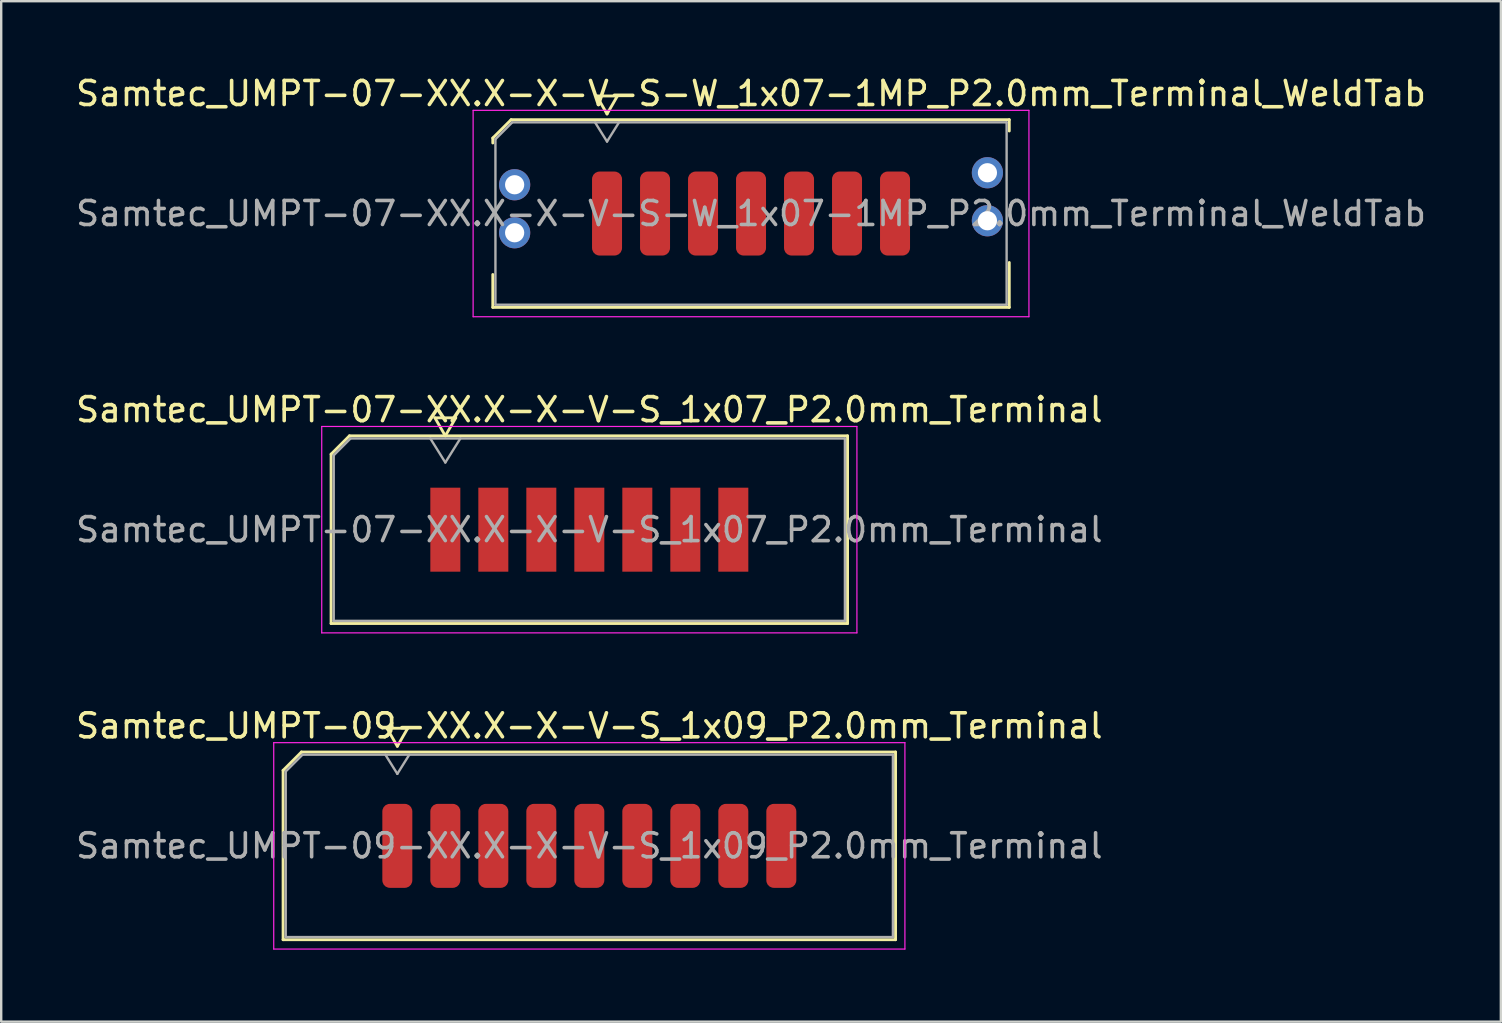
<source format=kicad_pcb>
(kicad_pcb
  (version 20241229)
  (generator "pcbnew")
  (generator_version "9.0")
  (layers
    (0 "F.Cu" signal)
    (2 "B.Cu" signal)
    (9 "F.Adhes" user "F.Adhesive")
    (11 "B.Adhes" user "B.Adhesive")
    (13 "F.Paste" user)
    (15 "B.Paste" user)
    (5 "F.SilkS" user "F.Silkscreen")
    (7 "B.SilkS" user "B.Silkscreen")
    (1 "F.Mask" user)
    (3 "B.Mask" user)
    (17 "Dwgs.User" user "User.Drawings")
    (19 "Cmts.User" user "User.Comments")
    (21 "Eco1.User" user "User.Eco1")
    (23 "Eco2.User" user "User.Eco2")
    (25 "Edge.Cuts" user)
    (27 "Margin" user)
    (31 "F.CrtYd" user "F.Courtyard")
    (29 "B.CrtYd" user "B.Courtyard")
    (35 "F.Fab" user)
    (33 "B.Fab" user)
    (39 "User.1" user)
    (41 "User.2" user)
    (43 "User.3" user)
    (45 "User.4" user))
  (footprint "Samtec_UMPT-07-XX.X-X-V-S-W_1x07-1MP_P2.0mm_Terminal_WeldTab"
    (layer "F.Cu")
    (at 28.244 5.848)
    (property "Reference" "Samtec_UMPT-07-XX.X-X-V-S-W_1x07-1MP_P2.0mm_Terminal_WeldTab" (at 0 -5 0) (layer "F.SilkS") (effects (font (size 1 1) (thickness 0.15))))
    (attr smd)
    (fp_line (start -10.76 -3.146) (end -9.996 -3.91) (stroke (width 0.12) (type solid)) (layer "F.SilkS"))
    (fp_line (start -10.76 -2.94) (end -10.76 -3.146) (stroke (width 0.12) (type solid)) (layer "F.SilkS"))
    (fp_line (start -10.76 3.91) (end -10.76 2.54) (stroke (width 0.12) (type solid)) (layer "F.SilkS"))
    (fp_line (start -9.996 -3.91) (end 10.76 -3.91) (stroke (width 0.12) (type solid)) (layer "F.SilkS"))
    (fp_line (start -6.433 -4.9) (end -6 -4.15) (stroke (width 0.12) (type solid)) (layer "F.SilkS"))
    (fp_line (start -6 -4.15) (end -5.567 -4.9) (stroke (width 0.12) (type solid)) (layer "F.SilkS"))
    (fp_line (start -5.567 -4.9) (end -6.433 -4.9) (stroke (width 0.12) (type solid)) (layer "F.SilkS"))
    (fp_line (start 10.76 -3.91) (end 10.76 -3.44) (stroke (width 0.12) (type solid)) (layer "F.SilkS"))
    (fp_line (start 10.76 2.04) (end 10.76 3.91) (stroke (width 0.12) (type solid)) (layer "F.SilkS"))
    (fp_line (start 10.76 3.91) (end -10.76 3.91) (stroke (width 0.12) (type solid)) (layer "F.SilkS"))
    (fp_line (start -11.58 -4.3) (end -11.58 4.3) (stroke (width 0.05) (type solid)) (layer "F.CrtYd"))
    (fp_line (start -11.58 4.3) (end 11.58 4.3) (stroke (width 0.05) (type solid)) (layer "F.CrtYd"))
    (fp_line (start 11.58 -4.3) (end -11.58 -4.3) (stroke (width 0.05) (type solid)) (layer "F.CrtYd"))
    (fp_line (start 11.58 4.3) (end 11.58 -4.3) (stroke (width 0.05) (type solid)) (layer "F.CrtYd"))
    (fp_line (start -10.65 -3.1) (end -9.95 -3.8) (stroke (width 0.1) (type solid)) (layer "F.Fab"))
    (fp_line (start -10.65 3.8) (end -10.65 -3.1) (stroke (width 0.1) (type solid)) (layer "F.Fab"))
    (fp_line (start -9.95 -3.8) (end 10.65 -3.8) (stroke (width 0.1) (type solid)) (layer "F.Fab"))
    (fp_line (start -6.5 -3.8) (end -6 -3) (stroke (width 0.1) (type solid)) (layer "F.Fab"))
    (fp_line (start -6 -3) (end -5.5 -3.8) (stroke (width 0.1) (type solid)) (layer "F.Fab"))
    (fp_line (start 10.65 -3.8) (end 10.65 3.8) (stroke (width 0.1) (type solid)) (layer "F.Fab"))
    (fp_line (start 10.65 3.8) (end -10.65 3.8) (stroke (width 0.1) (type solid)) (layer "F.Fab"))
    (fp_text user "${REFERENCE}" (at 0 0 0) (layer "F.Fab") (effects (font (size 1 1) (thickness 0.15))))
    (pad "" smd rect (at -9.85 -1.54) (size 2.45 2.28) (layers "F.Paste"))
    (pad "" smd rect (at -9.85 1.14) (size 2.45 2.28) (layers "F.Paste"))
    (pad "" smd rect (at 9.85 -2.04) (size 2.45 2.28) (layers "F.Paste"))
    (pad "" smd rect (at 9.85 0.64) (size 2.45 2.28) (layers "F.Paste"))
    (pad "1" smd roundrect (at -6 0) (size 1.25 3.5) (layers "F.Cu" "F.Mask" "F.Paste") (roundrect_rratio 0.25))
    (pad "2" smd roundrect (at -4 0) (size 1.25 3.5) (layers "F.Cu" "F.Mask" "F.Paste") (roundrect_rratio 0.25))
    (pad "3" smd roundrect (at -2 0) (size 1.25 3.5) (layers "F.Cu" "F.Mask" "F.Paste") (roundrect_rratio 0.25))
    (pad "4" smd roundrect (at 0 0) (size 1.25 3.5) (layers "F.Cu" "F.Mask" "F.Paste") (roundrect_rratio 0.25))
    (pad "5" smd roundrect (at 2 0) (size 1.25 3.5) (layers "F.Cu" "F.Mask" "F.Paste") (roundrect_rratio 0.25))
    (pad "6" smd roundrect (at 4 0) (size 1.25 3.5) (layers "F.Cu" "F.Mask" "F.Paste") (roundrect_rratio 0.25))
    (pad "7" smd roundrect (at 6 0) (size 1.25 3.5) (layers "F.Cu" "F.Mask" "F.Paste") (roundrect_rratio 0.25))
    (pad "MP" thru_hole circle (at -9.85 -1.2) (size 1.3 1.3) (drill 0.8) (layers "*.Cu" "*.Mask"))
    (pad "MP" thru_hole circle (at -9.85 0.8) (size 1.3 1.3) (drill 0.8) (layers "*.Cu" "*.Mask"))
    (pad "MP" thru_hole circle (at 9.85 -1.7) (size 1.3 1.3) (drill 0.8) (layers "*.Cu" "*.Mask"))
    (pad "MP" thru_hole circle (at 9.85 0.3) (size 1.3 1.3) (drill 0.8) (layers "*.Cu" "*.Mask")))
  (footprint "Samtec_UMPT-09-XX.X-X-V-S_1x09_P2.0mm_Terminal"
    (layer "F.Cu")
    (at 21.506 32.195)
    (property "Reference" "Samtec_UMPT-09-XX.X-X-V-S_1x09_P2.0mm_Terminal" (at 0 -5 0) (layer "F.SilkS") (effects (font (size 1 1) (thickness 0.15))))
    (attr smd)
    (fp_line (start -12.76 -3.146) (end -11.996 -3.91) (stroke (width 0.12) (type solid)) (layer "F.SilkS"))
    (fp_line (start -12.76 3.91) (end -12.76 -3.146) (stroke (width 0.12) (type solid)) (layer "F.SilkS"))
    (fp_line (start -11.996 -3.91) (end 12.76 -3.91) (stroke (width 0.12) (type solid)) (layer "F.SilkS"))
    (fp_line (start -8.433 -4.9) (end -8 -4.15) (stroke (width 0.12) (type solid)) (layer "F.SilkS"))
    (fp_line (start -8 -4.15) (end -7.567 -4.9) (stroke (width 0.12) (type solid)) (layer "F.SilkS"))
    (fp_line (start -7.567 -4.9) (end -8.433 -4.9) (stroke (width 0.12) (type solid)) (layer "F.SilkS"))
    (fp_line (start 12.76 -3.91) (end 12.76 3.91) (stroke (width 0.12) (type solid)) (layer "F.SilkS"))
    (fp_line (start 12.76 3.91) (end -12.76 3.91) (stroke (width 0.12) (type solid)) (layer "F.SilkS"))
    (fp_line (start -13.15 -4.3) (end -13.15 4.3) (stroke (width 0.05) (type solid)) (layer "F.CrtYd"))
    (fp_line (start -13.15 4.3) (end 13.15 4.3) (stroke (width 0.05) (type solid)) (layer "F.CrtYd"))
    (fp_line (start 13.15 -4.3) (end -13.15 -4.3) (stroke (width 0.05) (type solid)) (layer "F.CrtYd"))
    (fp_line (start 13.15 4.3) (end 13.15 -4.3) (stroke (width 0.05) (type solid)) (layer "F.CrtYd"))
    (fp_line (start -12.65 -3.1) (end -11.95 -3.8) (stroke (width 0.1) (type solid)) (layer "F.Fab"))
    (fp_line (start -12.65 3.8) (end -12.65 -3.1) (stroke (width 0.1) (type solid)) (layer "F.Fab"))
    (fp_line (start -11.95 -3.8) (end 12.65 -3.8) (stroke (width 0.1) (type solid)) (layer "F.Fab"))
    (fp_line (start -8.5 -3.8) (end -8 -3) (stroke (width 0.1) (type solid)) (layer "F.Fab"))
    (fp_line (start -8 -3) (end -7.5 -3.8) (stroke (width 0.1) (type solid)) (layer "F.Fab"))
    (fp_line (start 12.65 -3.8) (end 12.65 3.8) (stroke (width 0.1) (type solid)) (layer "F.Fab"))
    (fp_line (start 12.65 3.8) (end -12.65 3.8) (stroke (width 0.1) (type solid)) (layer "F.Fab"))
    (fp_text user "${REFERENCE}" (at 0 0 0) (layer "F.Fab") (effects (font (size 1 1) (thickness 0.15))))
    (pad "1" smd roundrect (at -8 0) (size 1.25 3.5) (layers "F.Cu" "F.Mask" "F.Paste") (roundrect_rratio 0.25))
    (pad "2" smd roundrect (at -6 0) (size 1.25 3.5) (layers "F.Cu" "F.Mask" "F.Paste") (roundrect_rratio 0.25))
    (pad "3" smd roundrect (at -4 0) (size 1.25 3.5) (layers "F.Cu" "F.Mask" "F.Paste") (roundrect_rratio 0.25))
    (pad "4" smd roundrect (at -2 0) (size 1.25 3.5) (layers "F.Cu" "F.Mask" "F.Paste") (roundrect_rratio 0.25))
    (pad "5" smd roundrect (at 0 0) (size 1.25 3.5) (layers "F.Cu" "F.Mask" "F.Paste") (roundrect_rratio 0.25))
    (pad "6" smd roundrect (at 2 0) (size 1.25 3.5) (layers "F.Cu" "F.Mask" "F.Paste") (roundrect_rratio 0.25))
    (pad "7" smd roundrect (at 4 0) (size 1.25 3.5) (layers "F.Cu" "F.Mask" "F.Paste") (roundrect_rratio 0.25))
    (pad "8" smd roundrect (at 6 0) (size 1.25 3.5) (layers "F.Cu" "F.Mask" "F.Paste") (roundrect_rratio 0.25))
    (pad "9" smd roundrect (at 8 0) (size 1.25 3.5) (layers "F.Cu" "F.Mask" "F.Paste") (roundrect_rratio 0.25)))
  (footprint "Samtec_UMPT-07-XX.X-X-V-S_1x07_P2.0mm_Terminal"
    (layer "F.Cu")
    (at 21.506 19.021)
    (property "Reference" "Samtec_UMPT-07-XX.X-X-V-S_1x07_P2.0mm_Terminal" (at 0 -5 0) (layer "F.SilkS") (effects (font (size 1 1) (thickness 0.15))))
    (attr smd)
    (fp_line (start -10.76 -3.146) (end -9.996 -3.91) (stroke (width 0.12) (type solid)) (layer "F.SilkS"))
    (fp_line (start -10.76 3.91) (end -10.76 -3.146) (stroke (width 0.12) (type solid)) (layer "F.SilkS"))
    (fp_line (start -9.996 -3.91) (end 10.76 -3.91) (stroke (width 0.12) (type solid)) (layer "F.SilkS"))
    (fp_line (start -6.433 -4.66) (end -6 -3.91) (stroke (width 0.12) (type solid)) (layer "F.SilkS"))
    (fp_line (start -6 -3.91) (end -5.567 -4.66) (stroke (width 0.12) (type solid)) (layer "F.SilkS"))
    (fp_line (start -5.567 -4.66) (end -6.433 -4.66) (stroke (width 0.12) (type solid)) (layer "F.SilkS"))
    (fp_line (start 10.76 -3.91) (end 10.76 3.91) (stroke (width 0.12) (type solid)) (layer "F.SilkS"))
    (fp_line (start 10.76 3.91) (end -10.76 3.91) (stroke (width 0.12) (type solid)) (layer "F.SilkS"))
    (fp_line (start -11.15 -4.3) (end -11.15 4.3) (stroke (width 0.05) (type solid)) (layer "F.CrtYd"))
    (fp_line (start -11.15 4.3) (end 11.15 4.3) (stroke (width 0.05) (type solid)) (layer "F.CrtYd"))
    (fp_line (start 11.15 -4.3) (end -11.15 -4.3) (stroke (width 0.05) (type solid)) (layer "F.CrtYd"))
    (fp_line (start 11.15 4.3) (end 11.15 -4.3) (stroke (width 0.05) (type solid)) (layer "F.CrtYd"))
    (fp_line (start -10.65 -3.1) (end -9.95 -3.8) (stroke (width 0.1) (type solid)) (layer "F.Fab"))
    (fp_line (start -10.65 3.8) (end -10.65 -3.1) (stroke (width 0.1) (type solid)) (layer "F.Fab"))
    (fp_line (start -9.95 -3.8) (end 10.65 -3.8) (stroke (width 0.1) (type solid)) (layer "F.Fab"))
    (fp_line (start -6 -2.8) (end -6.625 -3.8) (stroke (width 0.1) (type solid)) (layer "F.Fab"))
    (fp_line (start -6 -2.8) (end -5.375 -3.8) (stroke (width 0.1) (type solid)) (layer "F.Fab"))
    (fp_line (start 10.65 -3.8) (end 10.65 3.8) (stroke (width 0.1) (type solid)) (layer "F.Fab"))
    (fp_line (start 10.65 3.8) (end -10.65 3.8) (stroke (width 0.1) (type solid)) (layer "F.Fab"))
    (fp_text user "${REFERENCE}" (at 0 0 0) (layer "F.Fab") (effects (font (size 1 1) (thickness 0.15))))
    (pad "1" smd rect (at -6 0) (size 1.25 3.5) (layers "F.Cu" "F.Mask" "F.Paste"))
    (pad "2" smd rect (at -4 0) (size 1.25 3.5) (layers "F.Cu" "F.Mask" "F.Paste"))
    (pad "3" smd rect (at -2 0) (size 1.25 3.5) (layers "F.Cu" "F.Mask" "F.Paste"))
    (pad "4" smd rect (at 0 0) (size 1.25 3.5) (layers "F.Cu" "F.Mask" "F.Paste"))
    (pad "5" smd rect (at 2 0) (size 1.25 3.5) (layers "F.Cu" "F.Mask" "F.Paste"))
    (pad "6" smd rect (at 4 0) (size 1.25 3.5) (layers "F.Cu" "F.Mask" "F.Paste"))
    (pad "7" smd rect (at 6 0) (size 1.25 3.5) (layers "F.Cu" "F.Mask" "F.Paste")))
  (gr_rect
    (start -3 -3)
    (end 59.488 39.52)
    (stroke (width 0.1) (type default))
    (fill no)
    (layer "Edge.Cuts")))
</source>
